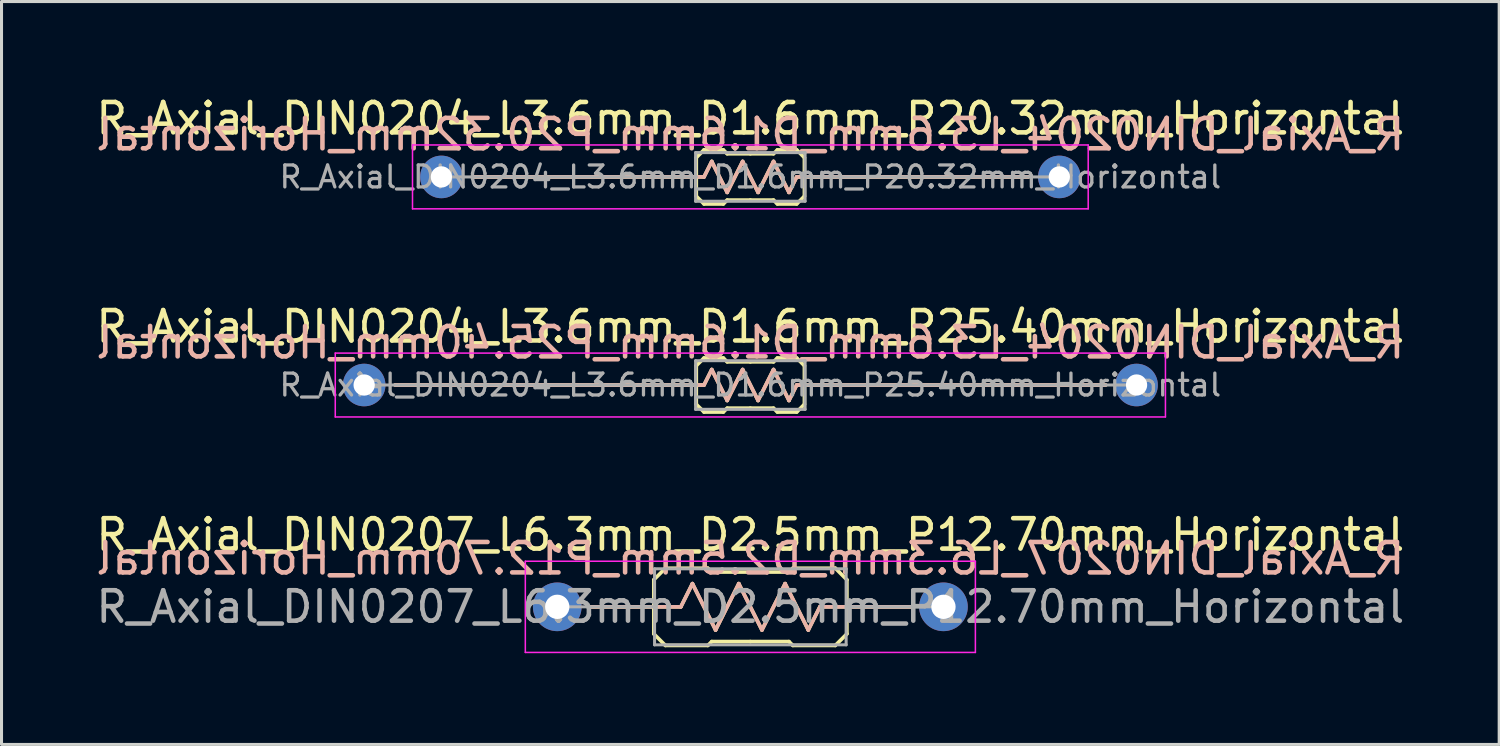
<source format=kicad_pcb>
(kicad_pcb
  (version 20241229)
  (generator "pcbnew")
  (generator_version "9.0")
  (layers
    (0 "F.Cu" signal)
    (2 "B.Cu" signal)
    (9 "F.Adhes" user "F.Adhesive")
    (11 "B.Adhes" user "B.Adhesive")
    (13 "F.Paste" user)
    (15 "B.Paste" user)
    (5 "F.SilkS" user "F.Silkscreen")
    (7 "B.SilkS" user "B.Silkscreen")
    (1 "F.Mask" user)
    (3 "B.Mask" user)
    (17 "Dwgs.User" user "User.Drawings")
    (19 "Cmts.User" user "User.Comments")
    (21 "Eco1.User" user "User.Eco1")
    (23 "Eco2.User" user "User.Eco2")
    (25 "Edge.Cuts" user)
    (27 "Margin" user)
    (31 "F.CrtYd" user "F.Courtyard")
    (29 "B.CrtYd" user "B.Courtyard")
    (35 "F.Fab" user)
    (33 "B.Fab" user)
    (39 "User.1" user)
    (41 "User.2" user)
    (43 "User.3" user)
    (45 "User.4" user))
  (footprint "R_Axial_DIN0204_L3.6mm_D1.6mm_P25.40mm_Horizontal"
    (layer "F.Cu")
    (at 8.925 9.611)
    (property "Reference" "R_Axial_DIN0204_L3.6mm_D1.6mm_P25.40mm_Horizontal" (at 12.7 -1.92 0) (layer "F.SilkS") (effects (font (size 1 1) (thickness 0.15))))
    (attr through_hole)
    (fp_line (start 1.016 0) (end 10.78 0) (stroke (width 0.12) (type solid)) (layer "F.SilkS"))
    (fp_line (start 10.78 0) (end 10.922 0) (stroke (width 0.12) (type solid)) (layer "F.SilkS"))
    (fp_line (start 10.922 -0.635) (end 11.176 -0.889) (stroke (width 0.12) (type solid)) (layer "F.SilkS"))
    (fp_line (start 10.922 0.635) (end 10.922 -0.635) (stroke (width 0.12) (type solid)) (layer "F.SilkS"))
    (fp_line (start 10.922 0.635) (end 11.176 0.889) (stroke (width 0.12) (type solid)) (layer "F.SilkS"))
    (fp_line (start 11.176 -0.889) (end 11.811 -0.889) (stroke (width 0.12) (type solid)) (layer "F.SilkS"))
    (fp_line (start 11.176 0) (end 10.922 0) (stroke (width 0.12) (type solid)) (layer "F.SilkS"))
    (fp_line (start 11.176 0) (end 11.43 -0.508) (stroke (width 0.12) (type solid)) (layer "F.SilkS"))
    (fp_line (start 11.176 0.889) (end 11.811 0.889) (stroke (width 0.12) (type solid)) (layer "F.SilkS"))
    (fp_line (start 11.43 -0.508) (end 11.938 0.508) (stroke (width 0.12) (type solid)) (layer "F.SilkS"))
    (fp_line (start 11.811 -0.889) (end 11.938 -0.762) (stroke (width 0.12) (type solid)) (layer "F.SilkS"))
    (fp_line (start 11.811 0.889) (end 11.938 0.762) (stroke (width 0.12) (type solid)) (layer "F.SilkS"))
    (fp_line (start 11.938 -0.762) (end 12.7 -0.762) (stroke (width 0.12) (type solid)) (layer "F.SilkS"))
    (fp_line (start 11.938 0.508) (end 12.446 -0.508) (stroke (width 0.12) (type solid)) (layer "F.SilkS"))
    (fp_line (start 11.938 0.762) (end 12.7 0.762) (stroke (width 0.12) (type solid)) (layer "F.SilkS"))
    (fp_line (start 12.446 -0.508) (end 12.954 0.508) (stroke (width 0.12) (type solid)) (layer "F.SilkS"))
    (fp_line (start 12.954 0.508) (end 13.462 -0.508) (stroke (width 0.12) (type solid)) (layer "F.SilkS"))
    (fp_line (start 13.462 -0.762) (end 12.7 -0.762) (stroke (width 0.12) (type solid)) (layer "F.SilkS"))
    (fp_line (start 13.462 -0.508) (end 13.97 0.508) (stroke (width 0.12) (type solid)) (layer "F.SilkS"))
    (fp_line (start 13.462 0.762) (end 12.7 0.762) (stroke (width 0.12) (type solid)) (layer "F.SilkS"))
    (fp_line (start 13.589 -0.889) (end 13.462 -0.762) (stroke (width 0.12) (type solid)) (layer "F.SilkS"))
    (fp_line (start 13.589 0.889) (end 13.462 0.762) (stroke (width 0.12) (type solid)) (layer "F.SilkS"))
    (fp_line (start 13.97 0.508) (end 14.224 0) (stroke (width 0.12) (type solid)) (layer "F.SilkS"))
    (fp_line (start 14.224 -0.889) (end 13.589 -0.889) (stroke (width 0.12) (type solid)) (layer "F.SilkS"))
    (fp_line (start 14.224 0) (end 14.478 0) (stroke (width 0.12) (type solid)) (layer "F.SilkS"))
    (fp_line (start 14.224 0.889) (end 13.589 0.889) (stroke (width 0.12) (type solid)) (layer "F.SilkS"))
    (fp_line (start 14.478 -0.635) (end 14.224 -0.889) (stroke (width 0.12) (type solid)) (layer "F.SilkS"))
    (fp_line (start 14.478 -0.635) (end 14.478 0.635) (stroke (width 0.12) (type solid)) (layer "F.SilkS"))
    (fp_line (start 14.478 0.635) (end 14.224 0.889) (stroke (width 0.12) (type solid)) (layer "F.SilkS"))
    (fp_line (start 14.605 0) (end 14.478 0) (stroke (width 0.12) (type solid)) (layer "F.SilkS"))
    (fp_line (start 24.384 0) (end 14.62 0) (stroke (width 0.12) (type solid)) (layer "F.SilkS"))
    (fp_line (start 11.176 0) (end 1.016 0) (stroke (width 0.12) (type solid)) (layer "B.SilkS"))
    (fp_line (start 11.176 0) (end 11.43 -0.508) (stroke (width 0.12) (type solid)) (layer "B.SilkS"))
    (fp_line (start 11.43 -0.508) (end 11.938 0.508) (stroke (width 0.12) (type solid)) (layer "B.SilkS"))
    (fp_line (start 11.938 0.508) (end 12.446 -0.508) (stroke (width 0.12) (type solid)) (layer "B.SilkS"))
    (fp_line (start 12.446 -0.508) (end 12.954 0.508) (stroke (width 0.12) (type solid)) (layer "B.SilkS"))
    (fp_line (start 12.954 0.508) (end 13.462 -0.508) (stroke (width 0.12) (type solid)) (layer "B.SilkS"))
    (fp_line (start 13.462 -0.508) (end 13.97 0.508) (stroke (width 0.12) (type solid)) (layer "B.SilkS"))
    (fp_line (start 13.97 0.508) (end 14.224 0) (stroke (width 0.12) (type solid)) (layer "B.SilkS"))
    (fp_line (start 14.224 0) (end 24.384 0) (stroke (width 0.12) (type solid)) (layer "B.SilkS"))
    (fp_line (start -0.95 -1.05) (end -0.95 1.05) (stroke (width 0.05) (type solid)) (layer "F.CrtYd"))
    (fp_line (start -0.95 1.05) (end 26.35 1.05) (stroke (width 0.05) (type solid)) (layer "F.CrtYd"))
    (fp_line (start 26.35 -1.05) (end -0.95 -1.05) (stroke (width 0.05) (type solid)) (layer "F.CrtYd"))
    (fp_line (start 26.35 1.05) (end 26.35 -1.05) (stroke (width 0.05) (type solid)) (layer "F.CrtYd"))
    (fp_line (start 0 0) (end 10.922 0) (stroke (width 0.1) (type solid)) (layer "F.Fab"))
    (fp_line (start 10.9 -0.8) (end 10.9 0.8) (stroke (width 0.1) (type solid)) (layer "F.Fab"))
    (fp_line (start 10.9 0.8) (end 14.5 0.8) (stroke (width 0.1) (type solid)) (layer "F.Fab"))
    (fp_line (start 14.5 -0.8) (end 10.9 -0.8) (stroke (width 0.1) (type solid)) (layer "F.Fab"))
    (fp_line (start 14.5 0.8) (end 14.5 -0.8) (stroke (width 0.1) (type solid)) (layer "F.Fab"))
    (fp_line (start 25.4 0) (end 14.5 0) (stroke (width 0.1) (type solid)) (layer "F.Fab"))
    (fp_text user "${REFERENCE}" (at 12.7 -1.397 0) (unlocked yes) (layer "B.SilkS") (effects (font (size 1 1) (thickness 0.15)) (justify mirror)))
    (fp_text user "${REFERENCE}" (at 12.7 0 0) (layer "F.Fab") (effects (font (size 0.72 0.72) (thickness 0.108))))
    (pad "1" thru_hole circle (at 0 0) (size 1.4 1.4) (drill 0.7) (layers "*.Cu" "*.Mask"))
    (pad "2" thru_hole oval (at 25.4 0) (size 1.4 1.4) (drill 0.7) (layers "*.Cu" "*.Mask")))
  (footprint "R_Axial_DIN0207_L6.3mm_D2.5mm_P12.70mm_Horizontal"
    (layer "F.Cu")
    (at 15.275 16.905)
    (property "Reference" "R_Axial_DIN0207_L6.3mm_D2.5mm_P12.70mm_Horizontal" (at 6.35 -2.37 0) (layer "F.SilkS") (effects (font (size 1 1) (thickness 0.15))))
    (attr through_hole)
    (fp_line (start 3.175 -0.889) (end 3.175 0.889) (stroke (width 0.12) (type solid)) (layer "F.SilkS"))
    (fp_line (start 3.175 -0.889) (end 3.556 -1.27) (stroke (width 0.12) (type solid)) (layer "F.SilkS"))
    (fp_line (start 3.175 0) (end 1.016 0) (stroke (width 0.12) (type solid)) (layer "F.SilkS"))
    (fp_line (start 3.175 0.889) (end 3.556 1.27) (stroke (width 0.12) (type solid)) (layer "F.SilkS"))
    (fp_line (start 3.556 -1.27) (end 4.953 -1.27) (stroke (width 0.12) (type solid)) (layer "F.SilkS"))
    (fp_line (start 3.556 1.27) (end 4.953 1.27) (stroke (width 0.12) (type solid)) (layer "F.SilkS"))
    (fp_line (start 4.064 0) (end 3.175 0) (stroke (width 0.12) (type solid)) (layer "F.SilkS"))
    (fp_line (start 4.064 0) (end 4.445 -0.762) (stroke (width 0.12) (type solid)) (layer "F.SilkS"))
    (fp_line (start 4.445 -0.762) (end 5.207 0.762) (stroke (width 0.12) (type solid)) (layer "F.SilkS"))
    (fp_line (start 4.953 -1.27) (end 5.08 -1.143) (stroke (width 0.12) (type solid)) (layer "F.SilkS"))
    (fp_line (start 4.953 1.27) (end 5.08 1.143) (stroke (width 0.12) (type solid)) (layer "F.SilkS"))
    (fp_line (start 5.08 -1.143) (end 6.35 -1.143) (stroke (width 0.12) (type solid)) (layer "F.SilkS"))
    (fp_line (start 5.08 1.143) (end 6.35 1.143) (stroke (width 0.12) (type solid)) (layer "F.SilkS"))
    (fp_line (start 5.207 0.762) (end 5.969 -0.762) (stroke (width 0.12) (type solid)) (layer "F.SilkS"))
    (fp_line (start 5.969 -0.762) (end 6.731 0.762) (stroke (width 0.12) (type solid)) (layer "F.SilkS"))
    (fp_line (start 6.731 0.762) (end 7.493 -0.762) (stroke (width 0.12) (type solid)) (layer "F.SilkS"))
    (fp_line (start 7.493 -0.762) (end 8.255 0.762) (stroke (width 0.12) (type solid)) (layer "F.SilkS"))
    (fp_line (start 7.62 -1.143) (end 6.35 -1.143) (stroke (width 0.12) (type solid)) (layer "F.SilkS"))
    (fp_line (start 7.62 1.143) (end 6.35 1.143) (stroke (width 0.12) (type solid)) (layer "F.SilkS"))
    (fp_line (start 7.747 -1.27) (end 7.62 -1.143) (stroke (width 0.12) (type solid)) (layer "F.SilkS"))
    (fp_line (start 7.747 1.27) (end 7.62 1.143) (stroke (width 0.12) (type solid)) (layer "F.SilkS"))
    (fp_line (start 8.255 0.762) (end 8.636 0) (stroke (width 0.12) (type solid)) (layer "F.SilkS"))
    (fp_line (start 9.144 -1.27) (end 7.747 -1.27) (stroke (width 0.12) (type solid)) (layer "F.SilkS"))
    (fp_line (start 9.144 1.27) (end 7.747 1.27) (stroke (width 0.12) (type solid)) (layer "F.SilkS"))
    (fp_line (start 9.525 -0.889) (end 9.144 -1.27) (stroke (width 0.12) (type solid)) (layer "F.SilkS"))
    (fp_line (start 9.525 -0.889) (end 9.525 0.889) (stroke (width 0.12) (type solid)) (layer "F.SilkS"))
    (fp_line (start 9.525 0) (end 8.636 0) (stroke (width 0.12) (type solid)) (layer "F.SilkS"))
    (fp_line (start 9.525 0) (end 11.684 0) (stroke (width 0.12) (type solid)) (layer "F.SilkS"))
    (fp_line (start 9.525 0.889) (end 9.144 1.27) (stroke (width 0.12) (type solid)) (layer "F.SilkS"))
    (fp_line (start 1.016 0) (end 4.064 0) (stroke (width 0.12) (type solid)) (layer "B.SilkS"))
    (fp_line (start 4.064 0) (end 4.445 -0.762) (stroke (width 0.12) (type solid)) (layer "B.SilkS"))
    (fp_line (start 4.445 -0.762) (end 5.207 0.762) (stroke (width 0.12) (type solid)) (layer "B.SilkS"))
    (fp_line (start 5.207 0.762) (end 5.969 -0.762) (stroke (width 0.12) (type solid)) (layer "B.SilkS"))
    (fp_line (start 5.969 -0.762) (end 6.731 0.762) (stroke (width 0.12) (type solid)) (layer "B.SilkS"))
    (fp_line (start 6.731 0.762) (end 7.493 -0.762) (stroke (width 0.12) (type solid)) (layer "B.SilkS"))
    (fp_line (start 7.493 -0.762) (end 8.255 0.762) (stroke (width 0.12) (type solid)) (layer "B.SilkS"))
    (fp_line (start 8.255 0.762) (end 8.636 0) (stroke (width 0.12) (type solid)) (layer "B.SilkS"))
    (fp_line (start 8.636 0) (end 11.684 0) (stroke (width 0.12) (type solid)) (layer "B.SilkS"))
    (fp_line (start -1.05 -1.5) (end -1.05 1.5) (stroke (width 0.05) (type solid)) (layer "F.CrtYd"))
    (fp_line (start -1.05 1.5) (end 13.75 1.5) (stroke (width 0.05) (type solid)) (layer "F.CrtYd"))
    (fp_line (start 13.75 -1.5) (end -1.05 -1.5) (stroke (width 0.05) (type solid)) (layer "F.CrtYd"))
    (fp_line (start 13.75 1.5) (end 13.75 -1.5) (stroke (width 0.05) (type solid)) (layer "F.CrtYd"))
    (fp_line (start 0 0) (end 3.2 0) (stroke (width 0.1) (type solid)) (layer "F.Fab"))
    (fp_line (start 3.2 -1.25) (end 3.2 1.25) (stroke (width 0.1) (type solid)) (layer "F.Fab"))
    (fp_line (start 3.2 1.25) (end 9.5 1.25) (stroke (width 0.1) (type solid)) (layer "F.Fab"))
    (fp_line (start 9.5 -1.25) (end 3.2 -1.25) (stroke (width 0.1) (type solid)) (layer "F.Fab"))
    (fp_line (start 9.5 1.25) (end 9.5 -1.25) (stroke (width 0.1) (type solid)) (layer "F.Fab"))
    (fp_line (start 12.7 0) (end 9.5 0) (stroke (width 0.1) (type solid)) (layer "F.Fab"))
    (fp_text user "${REFERENCE}" (at 6.35 -1.587 0) (unlocked yes) (layer "B.SilkS") (effects (font (size 1 1) (thickness 0.15)) (justify mirror)))
    (fp_text user "${REFERENCE}" (at 6.35 0 0) (layer "F.Fab") (effects (font (size 1 1) (thickness 0.15))))
    (pad "1" thru_hole circle (at 0 0) (size 1.6 1.6) (drill 0.8) (layers "*.Cu" "*.Mask"))
    (pad "2" thru_hole oval (at 12.7 0) (size 1.6 1.6) (drill 0.8) (layers "*.Cu" "*.Mask")))
  (footprint "R_Axial_DIN0204_L3.6mm_D1.6mm_P20.32mm_Horizontal"
    (layer "F.Cu")
    (at 11.465 2.768)
    (property "Reference" "R_Axial_DIN0204_L3.6mm_D1.6mm_P20.32mm_Horizontal" (at 10.16 -1.92 0) (layer "F.SilkS") (effects (font (size 1 1) (thickness 0.15))))
    (attr through_hole)
    (fp_line (start 1.016 0) (end 8.24 0) (stroke (width 0.12) (type solid)) (layer "F.SilkS"))
    (fp_line (start 8.24 0) (end 8.382 0) (stroke (width 0.12) (type solid)) (layer "F.SilkS"))
    (fp_line (start 8.382 -0.635) (end 8.636 -0.889) (stroke (width 0.12) (type solid)) (layer "F.SilkS"))
    (fp_line (start 8.382 0.635) (end 8.382 -0.635) (stroke (width 0.12) (type solid)) (layer "F.SilkS"))
    (fp_line (start 8.382 0.635) (end 8.636 0.889) (stroke (width 0.12) (type solid)) (layer "F.SilkS"))
    (fp_line (start 8.636 -0.889) (end 9.271 -0.889) (stroke (width 0.12) (type solid)) (layer "F.SilkS"))
    (fp_line (start 8.636 0) (end 8.382 0) (stroke (width 0.12) (type solid)) (layer "F.SilkS"))
    (fp_line (start 8.636 0) (end 8.89 -0.508) (stroke (width 0.12) (type solid)) (layer "F.SilkS"))
    (fp_line (start 8.636 0.889) (end 9.271 0.889) (stroke (width 0.12) (type solid)) (layer "F.SilkS"))
    (fp_line (start 8.89 -0.508) (end 9.398 0.508) (stroke (width 0.12) (type solid)) (layer "F.SilkS"))
    (fp_line (start 9.271 -0.889) (end 9.398 -0.762) (stroke (width 0.12) (type solid)) (layer "F.SilkS"))
    (fp_line (start 9.271 0.889) (end 9.398 0.762) (stroke (width 0.12) (type solid)) (layer "F.SilkS"))
    (fp_line (start 9.398 -0.762) (end 10.16 -0.762) (stroke (width 0.12) (type solid)) (layer "F.SilkS"))
    (fp_line (start 9.398 0.508) (end 9.906 -0.508) (stroke (width 0.12) (type solid)) (layer "F.SilkS"))
    (fp_line (start 9.398 0.762) (end 10.16 0.762) (stroke (width 0.12) (type solid)) (layer "F.SilkS"))
    (fp_line (start 9.906 -0.508) (end 10.414 0.508) (stroke (width 0.12) (type solid)) (layer "F.SilkS"))
    (fp_line (start 10.414 0.508) (end 10.922 -0.508) (stroke (width 0.12) (type solid)) (layer "F.SilkS"))
    (fp_line (start 10.922 -0.762) (end 10.16 -0.762) (stroke (width 0.12) (type solid)) (layer "F.SilkS"))
    (fp_line (start 10.922 -0.508) (end 11.43 0.508) (stroke (width 0.12) (type solid)) (layer "F.SilkS"))
    (fp_line (start 10.922 0.762) (end 10.16 0.762) (stroke (width 0.12) (type solid)) (layer "F.SilkS"))
    (fp_line (start 11.049 -0.889) (end 10.922 -0.762) (stroke (width 0.12) (type solid)) (layer "F.SilkS"))
    (fp_line (start 11.049 0.889) (end 10.922 0.762) (stroke (width 0.12) (type solid)) (layer "F.SilkS"))
    (fp_line (start 11.43 0.508) (end 11.684 0) (stroke (width 0.12) (type solid)) (layer "F.SilkS"))
    (fp_line (start 11.684 -0.889) (end 11.049 -0.889) (stroke (width 0.12) (type solid)) (layer "F.SilkS"))
    (fp_line (start 11.684 0) (end 11.938 0) (stroke (width 0.12) (type solid)) (layer "F.SilkS"))
    (fp_line (start 11.684 0.889) (end 11.049 0.889) (stroke (width 0.12) (type solid)) (layer "F.SilkS"))
    (fp_line (start 11.938 -0.635) (end 11.684 -0.889) (stroke (width 0.12) (type solid)) (layer "F.SilkS"))
    (fp_line (start 11.938 -0.635) (end 11.938 0.635) (stroke (width 0.12) (type solid)) (layer "F.SilkS"))
    (fp_line (start 11.938 0.635) (end 11.684 0.889) (stroke (width 0.12) (type solid)) (layer "F.SilkS"))
    (fp_line (start 12.065 0) (end 11.938 0) (stroke (width 0.12) (type solid)) (layer "F.SilkS"))
    (fp_line (start 19.304 0) (end 12.08 0) (stroke (width 0.12) (type solid)) (layer "F.SilkS"))
    (fp_line (start 8.636 0) (end 1.016 0) (stroke (width 0.12) (type solid)) (layer "B.SilkS"))
    (fp_line (start 8.636 0) (end 8.89 -0.508) (stroke (width 0.12) (type solid)) (layer "B.SilkS"))
    (fp_line (start 8.89 -0.508) (end 9.398 0.508) (stroke (width 0.12) (type solid)) (layer "B.SilkS"))
    (fp_line (start 9.398 0.508) (end 9.906 -0.508) (stroke (width 0.12) (type solid)) (layer "B.SilkS"))
    (fp_line (start 9.906 -0.508) (end 10.414 0.508) (stroke (width 0.12) (type solid)) (layer "B.SilkS"))
    (fp_line (start 10.414 0.508) (end 10.922 -0.508) (stroke (width 0.12) (type solid)) (layer "B.SilkS"))
    (fp_line (start 10.922 -0.508) (end 11.43 0.508) (stroke (width 0.12) (type solid)) (layer "B.SilkS"))
    (fp_line (start 11.43 0.508) (end 11.684 0) (stroke (width 0.12) (type solid)) (layer "B.SilkS"))
    (fp_line (start 11.684 0) (end 19.304 0) (stroke (width 0.12) (type solid)) (layer "B.SilkS"))
    (fp_line (start -0.95 -1.05) (end -0.95 1.05) (stroke (width 0.05) (type solid)) (layer "F.CrtYd"))
    (fp_line (start -0.95 1.05) (end 21.27 1.05) (stroke (width 0.05) (type solid)) (layer "F.CrtYd"))
    (fp_line (start 21.27 -1.05) (end -0.95 -1.05) (stroke (width 0.05) (type solid)) (layer "F.CrtYd"))
    (fp_line (start 21.27 1.05) (end 21.27 -1.05) (stroke (width 0.05) (type solid)) (layer "F.CrtYd"))
    (fp_line (start 0 0) (end 8.382 0) (stroke (width 0.1) (type solid)) (layer "F.Fab"))
    (fp_line (start 8.36 -0.8) (end 8.36 0.8) (stroke (width 0.1) (type solid)) (layer "F.Fab"))
    (fp_line (start 8.36 0.8) (end 11.96 0.8) (stroke (width 0.1) (type solid)) (layer "F.Fab"))
    (fp_line (start 11.96 -0.8) (end 8.36 -0.8) (stroke (width 0.1) (type solid)) (layer "F.Fab"))
    (fp_line (start 11.96 0.8) (end 11.96 -0.8) (stroke (width 0.1) (type solid)) (layer "F.Fab"))
    (fp_line (start 20.32 0) (end 11.96 0) (stroke (width 0.1) (type solid)) (layer "F.Fab"))
    (fp_text user "${REFERENCE}" (at 10.16 -1.397 0) (unlocked yes) (layer "B.SilkS") (effects (font (size 1 1) (thickness 0.15)) (justify mirror)))
    (fp_text user "${REFERENCE}" (at 10.16 0 0) (layer "F.Fab") (effects (font (size 0.72 0.72) (thickness 0.108))))
    (pad "1" thru_hole circle (at 0 0) (size 1.4 1.4) (drill 0.7) (layers "*.Cu" "*.Mask"))
    (pad "2" thru_hole oval (at 20.32 0) (size 1.4 1.4) (drill 0.7) (layers "*.Cu" "*.Mask")))
  (gr_rect
    (start -3 -3)
    (end 46.25 21.43)
    (stroke (width 0.1) (type default))
    (fill no)
    (layer "Edge.Cuts")))
</source>
